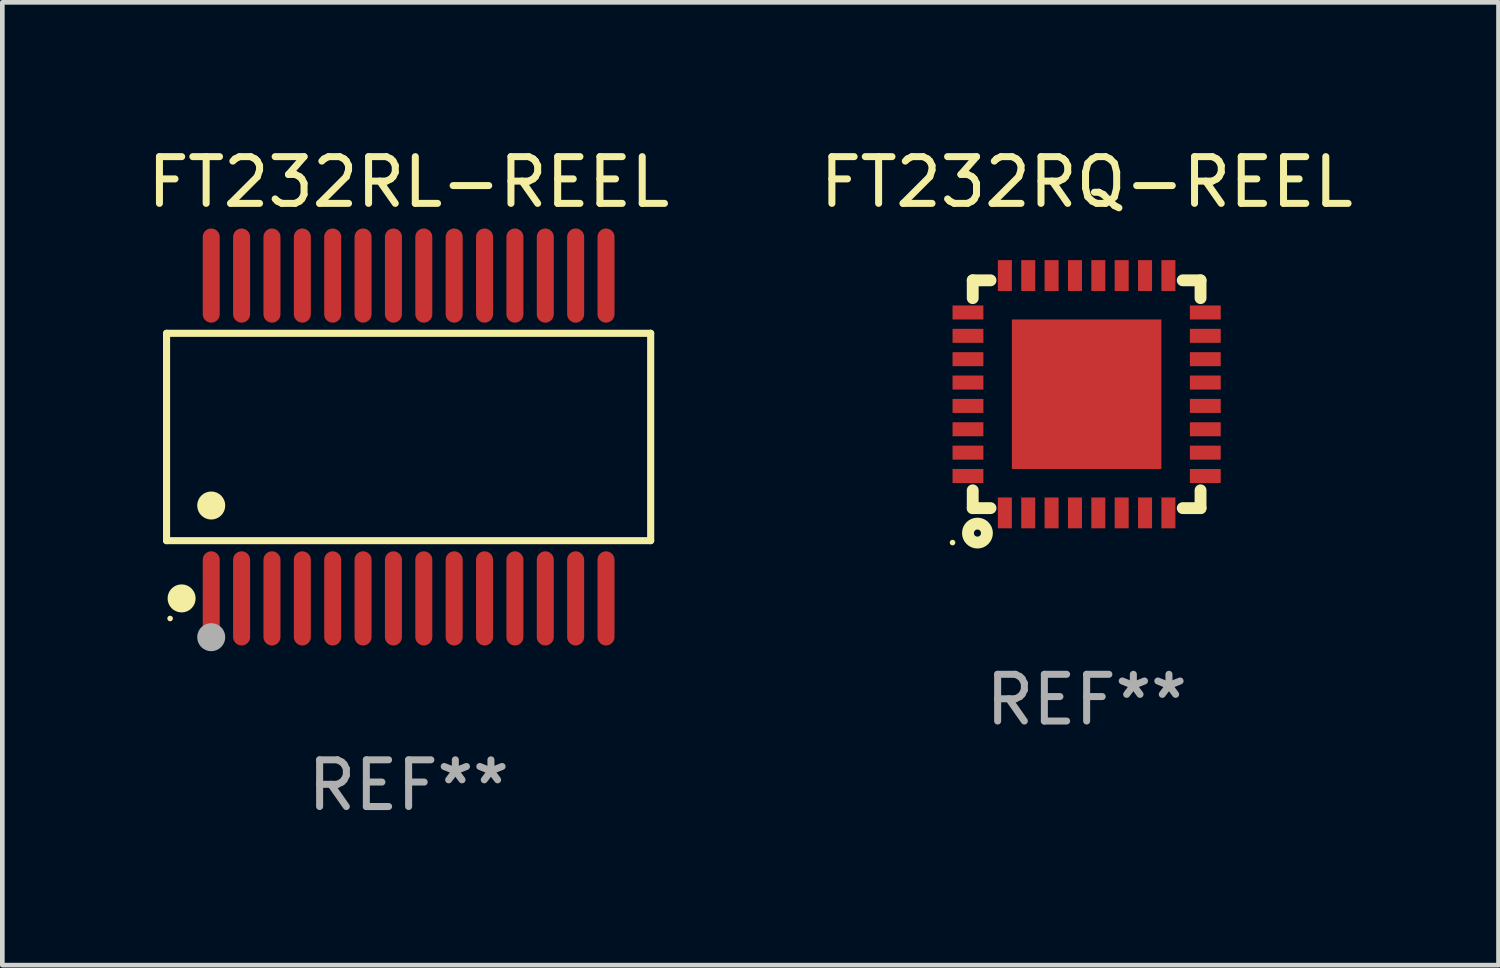
<source format=kicad_pcb>
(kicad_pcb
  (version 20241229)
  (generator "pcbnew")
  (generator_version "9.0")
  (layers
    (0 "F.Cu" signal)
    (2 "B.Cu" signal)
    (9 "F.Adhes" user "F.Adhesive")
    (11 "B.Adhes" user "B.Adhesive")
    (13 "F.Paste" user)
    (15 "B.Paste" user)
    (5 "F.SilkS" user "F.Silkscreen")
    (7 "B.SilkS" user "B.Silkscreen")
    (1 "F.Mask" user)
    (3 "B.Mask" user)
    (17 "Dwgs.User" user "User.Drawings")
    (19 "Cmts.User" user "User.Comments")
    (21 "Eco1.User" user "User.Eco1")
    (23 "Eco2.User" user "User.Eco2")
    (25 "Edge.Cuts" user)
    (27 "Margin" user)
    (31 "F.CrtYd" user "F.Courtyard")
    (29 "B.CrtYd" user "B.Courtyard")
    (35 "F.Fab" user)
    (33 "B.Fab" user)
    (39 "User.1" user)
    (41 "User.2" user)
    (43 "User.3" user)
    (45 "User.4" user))
  (footprint "FT232RQ-REEL"
    (layer "F.Cu")
    (at 20.208 5.388)
    (property "Reference" "FT232RQ-REEL" (at 0 -4.54 0) (layer "F.SilkS") (effects (font (size 1 1) (thickness 0.15))))
    (attr through_hole)
    (fp_line (start -2.438 -2.438) (end -2.057 -2.438) (stroke (width 0.254) (type solid)) (layer "F.SilkS"))
    (fp_line (start -2.438 -2.057) (end -2.438 -2.438) (stroke (width 0.254) (type solid)) (layer "F.SilkS"))
    (fp_line (start -2.438 2.438) (end -2.438 2.057) (stroke (width 0.254) (type solid)) (layer "F.SilkS"))
    (fp_line (start -2.057 2.438) (end -2.438 2.438) (stroke (width 0.254) (type solid)) (layer "F.SilkS"))
    (fp_line (start 2.057 -2.438) (end 2.438 -2.438) (stroke (width 0.254) (type solid)) (layer "F.SilkS"))
    (fp_line (start 2.438 -2.438) (end 2.438 -2.057) (stroke (width 0.254) (type solid)) (layer "F.SilkS"))
    (fp_line (start 2.438 2.057) (end 2.438 2.438) (stroke (width 0.254) (type solid)) (layer "F.SilkS"))
    (fp_line (start 2.438 2.438) (end 2.057 2.438) (stroke (width 0.254) (type solid)) (layer "F.SilkS"))
    (fp_circle (center -2.87 3.175) (end -2.84 3.175) (stroke (width 0.06) (type solid)) (fill no) (layer "F.SilkS"))
    (fp_circle (center -2.337 2.972) (end -2.261 2.972) (stroke (width 0.254) (type solid)) (fill no) (layer "F.SilkS"))
    (fp_text user "REF**" (at 0 6.54 0) (layer "F.Fab") (effects (font (size 1 1) (thickness 0.15))))
    (pad "1" smd rect (at -1.75 2.54 90) (size 0.66 0.3) (layers "F.Cu" "F.Mask" "F.Paste"))
    (pad "2" smd rect (at -1.25 2.54 90) (size 0.66 0.3) (layers "F.Cu" "F.Mask" "F.Paste"))
    (pad "3" smd rect (at -0.75 2.54 90) (size 0.66 0.3) (layers "F.Cu" "F.Mask" "F.Paste"))
    (pad "4" smd rect (at -0.25 2.54 90) (size 0.66 0.3) (layers "F.Cu" "F.Mask" "F.Paste"))
    (pad "5" smd rect (at 0.25 2.54 90) (size 0.66 0.3) (layers "F.Cu" "F.Mask" "F.Paste"))
    (pad "6" smd rect (at 0.75 2.54 90) (size 0.66 0.3) (layers "F.Cu" "F.Mask" "F.Paste"))
    (pad "7" smd rect (at 1.25 2.54 90) (size 0.66 0.3) (layers "F.Cu" "F.Mask" "F.Paste"))
    (pad "8" smd rect (at 1.75 2.54 90) (size 0.66 0.3) (layers "F.Cu" "F.Mask" "F.Paste"))
    (pad "9" smd rect (at 2.54 1.75 90) (size 0.3 0.66) (layers "F.Cu" "F.Mask" "F.Paste"))
    (pad "10" smd rect (at 2.54 1.25 90) (size 0.3 0.66) (layers "F.Cu" "F.Mask" "F.Paste"))
    (pad "11" smd rect (at 2.54 0.75 90) (size 0.3 0.66) (layers "F.Cu" "F.Mask" "F.Paste"))
    (pad "12" smd rect (at 2.54 0.25 90) (size 0.3 0.66) (layers "F.Cu" "F.Mask" "F.Paste"))
    (pad "13" smd rect (at 2.54 -0.25 90) (size 0.3 0.66) (layers "F.Cu" "F.Mask" "F.Paste"))
    (pad "14" smd rect (at 2.54 -0.75 90) (size 0.3 0.66) (layers "F.Cu" "F.Mask" "F.Paste"))
    (pad "15" smd rect (at 2.54 -1.25 90) (size 0.3 0.66) (layers "F.Cu" "F.Mask" "F.Paste"))
    (pad "16" smd rect (at 2.54 -1.75 90) (size 0.3 0.66) (layers "F.Cu" "F.Mask" "F.Paste"))
    (pad "17" smd rect (at 1.75 -2.54 90) (size 0.66 0.3) (layers "F.Cu" "F.Mask" "F.Paste"))
    (pad "18" smd rect (at 1.25 -2.54 90) (size 0.66 0.3) (layers "F.Cu" "F.Mask" "F.Paste"))
    (pad "19" smd rect (at 0.75 -2.54 90) (size 0.66 0.3) (layers "F.Cu" "F.Mask" "F.Paste"))
    (pad "20" smd rect (at 0.25 -2.54 90) (size 0.66 0.3) (layers "F.Cu" "F.Mask" "F.Paste"))
    (pad "21" smd rect (at -0.25 -2.54 90) (size 0.66 0.3) (layers "F.Cu" "F.Mask" "F.Paste"))
    (pad "22" smd rect (at -0.75 -2.54 90) (size 0.66 0.3) (layers "F.Cu" "F.Mask" "F.Paste"))
    (pad "23" smd rect (at -1.25 -2.54 90) (size 0.66 0.3) (layers "F.Cu" "F.Mask" "F.Paste"))
    (pad "24" smd rect (at -1.75 -2.54 90) (size 0.66 0.3) (layers "F.Cu" "F.Mask" "F.Paste"))
    (pad "25" smd rect (at -2.54 -1.75 90) (size 0.3 0.66) (layers "F.Cu" "F.Mask" "F.Paste"))
    (pad "26" smd rect (at -2.54 -1.25 90) (size 0.3 0.66) (layers "F.Cu" "F.Mask" "F.Paste"))
    (pad "27" smd rect (at -2.54 -0.75 90) (size 0.3 0.66) (layers "F.Cu" "F.Mask" "F.Paste"))
    (pad "28" smd rect (at -2.54 -0.25 90) (size 0.3 0.66) (layers "F.Cu" "F.Mask" "F.Paste"))
    (pad "29" smd rect (at -2.54 0.25 90) (size 0.3 0.66) (layers "F.Cu" "F.Mask" "F.Paste"))
    (pad "30" smd rect (at -2.54 0.75 90) (size 0.3 0.66) (layers "F.Cu" "F.Mask" "F.Paste"))
    (pad "31" smd rect (at -2.54 1.25 90) (size 0.3 0.66) (layers "F.Cu" "F.Mask" "F.Paste"))
    (pad "32" smd rect (at -2.54 1.75 90) (size 0.3 0.66) (layers "F.Cu" "F.Mask" "F.Paste"))
    (pad "33" smd rect (at 0 0 90) (size 3.2 3.2) (layers "F.Cu" "F.Mask" "F.Paste")))
  (footprint "FT232RL-REEL"
    (layer "F.Cu")
    (at 5.696 6.303)
    (property "Reference" "FT232RL-REEL" (at 0 -5.455 0) (layer "F.SilkS") (effects (font (size 1 1) (thickness 0.15))))
    (attr through_hole)
    (fp_line (start -5.181 -2.219) (end 5.181 -2.219) (stroke (width 0.152) (type solid)) (layer "F.SilkS"))
    (fp_line (start -5.181 2.219) (end -5.181 -2.219) (stroke (width 0.152) (type solid)) (layer "F.SilkS"))
    (fp_line (start 5.181 -2.219) (end 5.181 2.219) (stroke (width 0.152) (type solid)) (layer "F.SilkS"))
    (fp_line (start 5.181 2.219) (end -5.181 2.219) (stroke (width 0.152) (type solid)) (layer "F.SilkS"))
    (fp_circle (center -5.105 3.885) (end -5.075 3.885) (stroke (width 0.06) (type solid)) (fill no) (layer "F.SilkS"))
    (fp_circle (center -4.859 3.455) (end -4.709 3.455) (stroke (width 0.3) (type solid)) (fill no) (layer "F.SilkS"))
    (fp_circle (center -4.225 1.467) (end -4.075 1.467) (stroke (width 0.3) (type solid)) (fill no) (layer "F.SilkS"))
    (fp_circle (center -4.225 4.285) (end -4.075 4.285) (stroke (width 0.3) (type solid)) (fill no) (layer "F.Fab"))
    (fp_text user "REF**" (at 0 7.455 0) (layer "F.Fab") (effects (font (size 1 1) (thickness 0.15))))
    (pad "1" smd oval (at -4.225 3.455) (size 0.364 2.015) (layers "F.Cu" "F.Mask" "F.Paste"))
    (pad "2" smd oval (at -3.575 3.455) (size 0.364 2.015) (layers "F.Cu" "F.Mask" "F.Paste"))
    (pad "3" smd oval (at -2.925 3.455) (size 0.364 2.015) (layers "F.Cu" "F.Mask" "F.Paste"))
    (pad "4" smd oval (at -2.275 3.455) (size 0.364 2.015) (layers "F.Cu" "F.Mask" "F.Paste"))
    (pad "5" smd oval (at -1.625 3.455) (size 0.364 2.015) (layers "F.Cu" "F.Mask" "F.Paste"))
    (pad "6" smd oval (at -0.975 3.455) (size 0.364 2.015) (layers "F.Cu" "F.Mask" "F.Paste"))
    (pad "7" smd oval (at -0.325 3.455) (size 0.364 2.015) (layers "F.Cu" "F.Mask" "F.Paste"))
    (pad "8" smd oval (at 0.325 3.455) (size 0.364 2.015) (layers "F.Cu" "F.Mask" "F.Paste"))
    (pad "9" smd oval (at 0.975 3.455) (size 0.364 2.015) (layers "F.Cu" "F.Mask" "F.Paste"))
    (pad "10" smd oval (at 1.625 3.455) (size 0.364 2.015) (layers "F.Cu" "F.Mask" "F.Paste"))
    (pad "11" smd oval (at 2.275 3.455) (size 0.364 2.015) (layers "F.Cu" "F.Mask" "F.Paste"))
    (pad "12" smd oval (at 2.925 3.455) (size 0.364 2.015) (layers "F.Cu" "F.Mask" "F.Paste"))
    (pad "13" smd oval (at 3.575 3.455) (size 0.364 2.015) (layers "F.Cu" "F.Mask" "F.Paste"))
    (pad "14" smd oval (at 4.225 3.455) (size 0.364 2.015) (layers "F.Cu" "F.Mask" "F.Paste"))
    (pad "15" smd oval (at 4.225 -3.455) (size 0.364 2.015) (layers "F.Cu" "F.Mask" "F.Paste"))
    (pad "16" smd oval (at 3.575 -3.455) (size 0.364 2.015) (layers "F.Cu" "F.Mask" "F.Paste"))
    (pad "17" smd oval (at 2.925 -3.455) (size 0.364 2.015) (layers "F.Cu" "F.Mask" "F.Paste"))
    (pad "18" smd oval (at 2.275 -3.455) (size 0.364 2.015) (layers "F.Cu" "F.Mask" "F.Paste"))
    (pad "19" smd oval (at 1.625 -3.455) (size 0.364 2.015) (layers "F.Cu" "F.Mask" "F.Paste"))
    (pad "20" smd oval (at 0.975 -3.455) (size 0.364 2.015) (layers "F.Cu" "F.Mask" "F.Paste"))
    (pad "21" smd oval (at 0.325 -3.455) (size 0.364 2.015) (layers "F.Cu" "F.Mask" "F.Paste"))
    (pad "22" smd oval (at -0.325 -3.455) (size 0.364 2.015) (layers "F.Cu" "F.Mask" "F.Paste"))
    (pad "23" smd oval (at -0.975 -3.455) (size 0.364 2.015) (layers "F.Cu" "F.Mask" "F.Paste"))
    (pad "24" smd oval (at -1.625 -3.455) (size 0.364 2.015) (layers "F.Cu" "F.Mask" "F.Paste"))
    (pad "25" smd oval (at -2.275 -3.455) (size 0.364 2.015) (layers "F.Cu" "F.Mask" "F.Paste"))
    (pad "26" smd oval (at -2.925 -3.455) (size 0.364 2.015) (layers "F.Cu" "F.Mask" "F.Paste"))
    (pad "27" smd oval (at -3.575 -3.455) (size 0.364 2.015) (layers "F.Cu" "F.Mask" "F.Paste"))
    (pad "28" smd oval (at -4.225 -3.455) (size 0.364 2.015) (layers "F.Cu" "F.Mask" "F.Paste")))
  (gr_rect
    (start -3 -3)
    (end 29.024 17.607)
    (stroke (width 0.1) (type default))
    (fill no)
    (layer "Edge.Cuts")))
</source>
